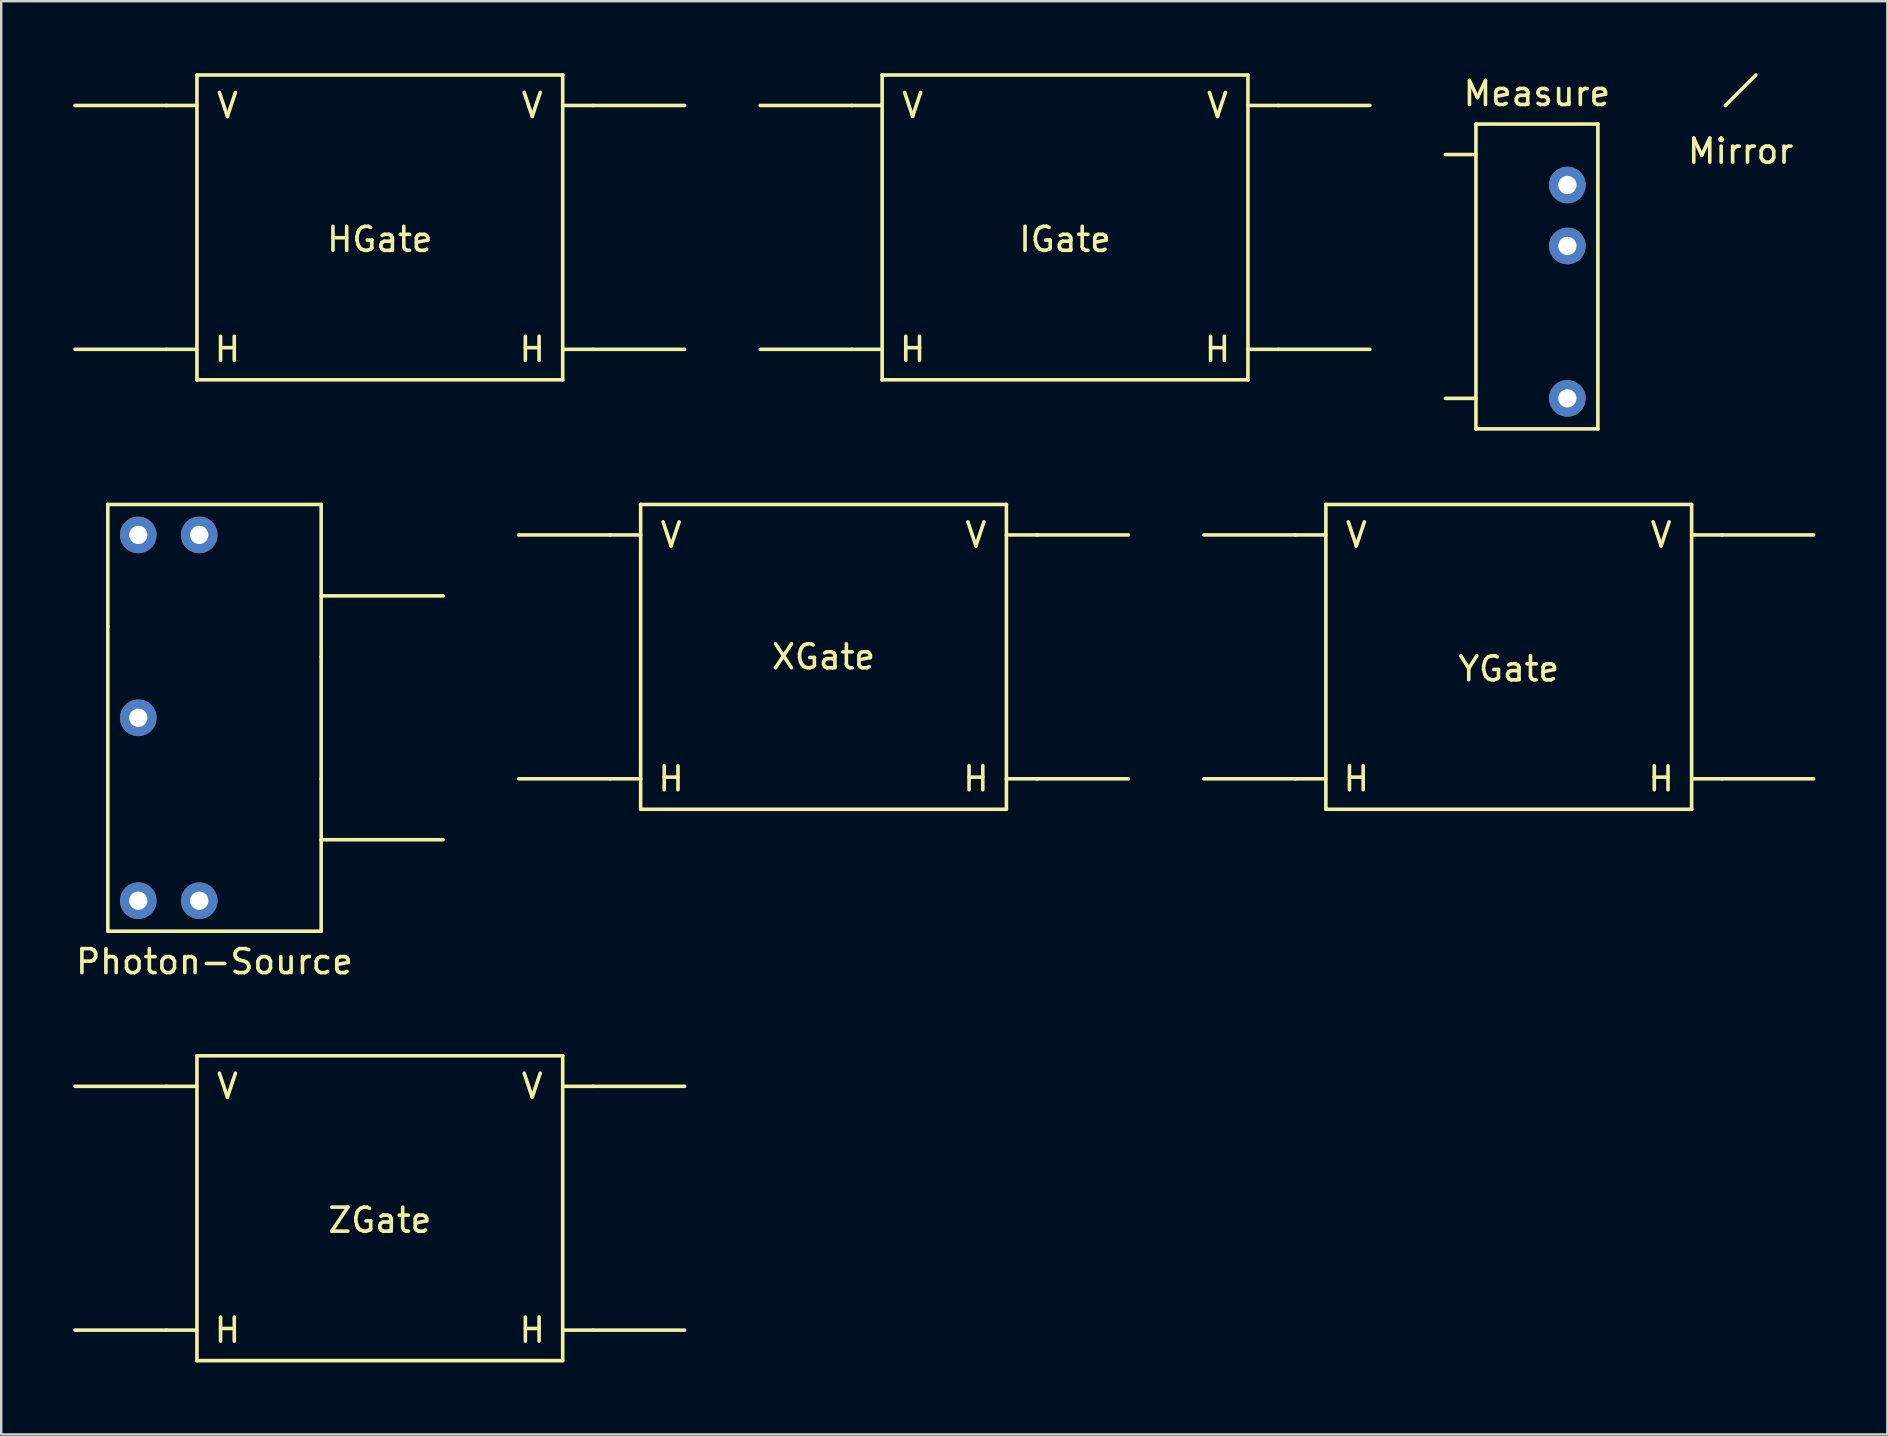
<source format=kicad_pcb>
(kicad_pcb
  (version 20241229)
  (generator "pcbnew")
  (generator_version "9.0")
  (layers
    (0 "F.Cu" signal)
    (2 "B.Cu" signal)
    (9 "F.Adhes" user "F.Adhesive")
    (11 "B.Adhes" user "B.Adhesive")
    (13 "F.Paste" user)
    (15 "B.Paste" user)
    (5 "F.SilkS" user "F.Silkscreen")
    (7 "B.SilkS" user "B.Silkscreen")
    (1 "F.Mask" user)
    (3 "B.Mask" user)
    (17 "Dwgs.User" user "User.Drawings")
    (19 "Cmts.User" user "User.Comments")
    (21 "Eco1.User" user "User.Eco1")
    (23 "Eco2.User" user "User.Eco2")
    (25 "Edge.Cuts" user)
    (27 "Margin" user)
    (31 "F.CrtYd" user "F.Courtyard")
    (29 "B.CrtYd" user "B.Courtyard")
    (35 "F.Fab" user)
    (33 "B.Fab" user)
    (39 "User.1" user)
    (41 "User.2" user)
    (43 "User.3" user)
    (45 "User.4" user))
  (footprint "IGate"
    (layer "F.Cu")
    (at 41.325 6.425)
    (property "Reference" "IGate" (at 0 0.5 0) (layer "F.SilkS") (effects (font (size 1 1) (thickness 0.15))))
    (attr through_hole)
    (fp_line (start -8.89 -5.08) (end -12.7 -5.08) (stroke (width 0.15) (type solid)) (layer "F.SilkS"))
    (fp_line (start -8.89 5.08) (end -12.7 5.08) (stroke (width 0.15) (type solid)) (layer "F.SilkS"))
    (fp_line (start -7.62 -6.35) (end 7.62 -6.35) (stroke (width 0.15) (type solid)) (layer "F.SilkS"))
    (fp_line (start -7.62 -5.08) (end -8.89 -5.08) (stroke (width 0.15) (type solid)) (layer "F.SilkS"))
    (fp_line (start -7.62 5.08) (end -8.89 5.08) (stroke (width 0.15) (type solid)) (layer "F.SilkS"))
    (fp_line (start -7.62 6.35) (end -7.62 -6.35) (stroke (width 0.15) (type solid)) (layer "F.SilkS"))
    (fp_line (start 7.62 -6.35) (end 7.62 6.35) (stroke (width 0.15) (type solid)) (layer "F.SilkS"))
    (fp_line (start 7.62 -5.08) (end 8.89 -5.08) (stroke (width 0.15) (type solid)) (layer "F.SilkS"))
    (fp_line (start 7.62 5.08) (end 8.89 5.08) (stroke (width 0.15) (type solid)) (layer "F.SilkS"))
    (fp_line (start 7.62 6.35) (end -7.62 6.35) (stroke (width 0.15) (type solid)) (layer "F.SilkS"))
    (fp_line (start 8.89 -5.08) (end 12.7 -5.08) (stroke (width 0.15) (type solid)) (layer "F.SilkS"))
    (fp_line (start 8.89 5.08) (end 12.7 5.08) (stroke (width 0.15) (type solid)) (layer "F.SilkS"))
    (fp_text user "H" (at 6.35 5.08 0) (layer "F.SilkS") (effects (font (size 1 1) (thickness 0.15))))
    (fp_text user "V" (at 6.35 -5.08 0) (layer "F.SilkS") (effects (font (size 1 1) (thickness 0.15))))
    (fp_text user "H" (at -6.35 5.08 0) (layer "F.SilkS") (effects (font (size 1 1) (thickness 0.15))))
    (fp_text user "V" (at -6.35 -5.08 0) (layer "F.SilkS") (effects (font (size 1 1) (thickness 0.15)))))
  (footprint "Mirror"
    (layer "F.Cu")
    (at 69.473 0.71)
    (property "Reference" "Mirror" (at 0 2.54 0) (layer "F.SilkS") (effects (font (size 1 1) (thickness 0.15))))
    (attr through_hole)
    (fp_line (start -0.635 0.635) (end 0.635 -0.635) (stroke (width 0.15) (type solid)) (layer "F.SilkS")))
  (footprint "Measure"
    (layer "F.Cu")
    (at 60.985 8.468)
    (property "Reference" "Measure" (at 0 -7.62 0) (layer "F.SilkS") (effects (font (size 1 1) (thickness 0.15))))
    (attr through_hole)
    (fp_line (start -2.54 -6.35) (end -2.54 6.35) (stroke (width 0.15) (type solid)) (layer "F.SilkS"))
    (fp_line (start -2.54 -6.35) (end 2.54 -6.35) (stroke (width 0.15) (type solid)) (layer "F.SilkS"))
    (fp_line (start -2.54 -5.08) (end -3.81 -5.08) (stroke (width 0.15) (type solid)) (layer "F.SilkS"))
    (fp_line (start -2.54 5.08) (end -3.81 5.08) (stroke (width 0.15) (type solid)) (layer "F.SilkS"))
    (fp_line (start 2.54 -6.35) (end 2.54 6.35) (stroke (width 0.15) (type solid)) (layer "F.SilkS"))
    (fp_line (start 2.54 6.35) (end -2.54 6.35) (stroke (width 0.15) (type solid)) (layer "F.SilkS"))
    (pad "1" thru_hole circle (at 1.27 -3.81) (size 1.524 1.524) (drill 0.762) (layers "*.Cu" "*.Mask"))
    (pad "2" thru_hole circle (at 1.27 -1.27) (size 1.524 1.524) (drill 0.762) (layers "*.Cu" "*.Mask"))
    (pad "3" thru_hole circle (at 1.27 5.08) (size 1.524 1.524) (drill 0.762) (layers "*.Cu" "*.Mask")))
  (footprint "HGate"
    (layer "F.Cu")
    (at 12.775 6.425)
    (property "Reference" "HGate" (at 0 0.5 0) (layer "F.SilkS") (effects (font (size 1 1) (thickness 0.15))))
    (attr through_hole)
    (fp_line (start -8.89 -5.08) (end -12.7 -5.08) (stroke (width 0.15) (type solid)) (layer "F.SilkS"))
    (fp_line (start -8.89 5.08) (end -12.7 5.08) (stroke (width 0.15) (type solid)) (layer "F.SilkS"))
    (fp_line (start -7.62 -6.35) (end 7.62 -6.35) (stroke (width 0.15) (type solid)) (layer "F.SilkS"))
    (fp_line (start -7.62 -5.08) (end -8.89 -5.08) (stroke (width 0.15) (type solid)) (layer "F.SilkS"))
    (fp_line (start -7.62 5.08) (end -8.89 5.08) (stroke (width 0.15) (type solid)) (layer "F.SilkS"))
    (fp_line (start -7.62 6.35) (end -7.62 -6.35) (stroke (width 0.15) (type solid)) (layer "F.SilkS"))
    (fp_line (start 7.62 -6.35) (end 7.62 6.35) (stroke (width 0.15) (type solid)) (layer "F.SilkS"))
    (fp_line (start 7.62 -5.08) (end 8.89 -5.08) (stroke (width 0.15) (type solid)) (layer "F.SilkS"))
    (fp_line (start 7.62 5.08) (end 8.89 5.08) (stroke (width 0.15) (type solid)) (layer "F.SilkS"))
    (fp_line (start 7.62 6.35) (end -7.62 6.35) (stroke (width 0.15) (type solid)) (layer "F.SilkS"))
    (fp_line (start 8.89 -5.08) (end 12.7 -5.08) (stroke (width 0.15) (type solid)) (layer "F.SilkS"))
    (fp_line (start 8.89 5.08) (end 12.7 5.08) (stroke (width 0.15) (type solid)) (layer "F.SilkS"))
    (fp_text user "H" (at 6.35 5.08 0) (layer "F.SilkS") (effects (font (size 1 1) (thickness 0.15))))
    (fp_text user "V" (at -6.35 -5.08 0) (layer "F.SilkS") (effects (font (size 1 1) (thickness 0.15))))
    (fp_text user "V" (at 6.35 -5.08 0) (layer "F.SilkS") (effects (font (size 1 1) (thickness 0.15))))
    (fp_text user "H" (at -6.35 5.08 0) (layer "F.SilkS") (effects (font (size 1 1) (thickness 0.15)))))
  (footprint "YGate"
    (layer "F.Cu")
    (at 59.812 24.318)
    (property "Reference" "YGate" (at 0 0.5 0) (layer "F.SilkS") (effects (font (size 1 1) (thickness 0.15))))
    (attr through_hole)
    (fp_line (start -8.89 -5.08) (end -12.7 -5.08) (stroke (width 0.15) (type solid)) (layer "F.SilkS"))
    (fp_line (start -8.89 5.08) (end -12.7 5.08) (stroke (width 0.15) (type solid)) (layer "F.SilkS"))
    (fp_line (start -7.62 -6.35) (end 7.62 -6.35) (stroke (width 0.15) (type solid)) (layer "F.SilkS"))
    (fp_line (start -7.62 -5.08) (end -8.89 -5.08) (stroke (width 0.15) (type solid)) (layer "F.SilkS"))
    (fp_line (start -7.62 5.08) (end -8.89 5.08) (stroke (width 0.15) (type solid)) (layer "F.SilkS"))
    (fp_line (start -7.62 6.35) (end -7.62 -6.35) (stroke (width 0.15) (type solid)) (layer "F.SilkS"))
    (fp_line (start 7.62 -6.35) (end 7.62 6.35) (stroke (width 0.15) (type solid)) (layer "F.SilkS"))
    (fp_line (start 7.62 -5.08) (end 8.89 -5.08) (stroke (width 0.15) (type solid)) (layer "F.SilkS"))
    (fp_line (start 7.62 5.08) (end 8.89 5.08) (stroke (width 0.15) (type solid)) (layer "F.SilkS"))
    (fp_line (start 7.62 6.35) (end -7.62 6.35) (stroke (width 0.15) (type solid)) (layer "F.SilkS"))
    (fp_line (start 8.89 -5.08) (end 12.7 -5.08) (stroke (width 0.15) (type solid)) (layer "F.SilkS"))
    (fp_line (start 8.89 5.08) (end 12.7 5.08) (stroke (width 0.15) (type solid)) (layer "F.SilkS"))
    (fp_text user "V" (at -6.35 -5.08 0) (layer "F.SilkS") (effects (font (size 1 1) (thickness 0.15))))
    (fp_text user "H" (at 6.35 5.08 0) (layer "F.SilkS") (effects (font (size 1 1) (thickness 0.15))))
    (fp_text user "H" (at -6.35 5.08 0) (layer "F.SilkS") (effects (font (size 1 1) (thickness 0.15))))
    (fp_text user "V" (at 6.35 -5.08 0) (layer "F.SilkS") (effects (font (size 1 1) (thickness 0.15)))))
  (footprint "ZGate"
    (layer "F.Cu")
    (at 12.775 47.291)
    (property "Reference" "ZGate" (at 0 0.5 0) (layer "F.SilkS") (effects (font (size 1 1) (thickness 0.15))))
    (attr through_hole)
    (fp_line (start -8.89 -5.08) (end -12.7 -5.08) (stroke (width 0.15) (type solid)) (layer "F.SilkS"))
    (fp_line (start -8.89 5.08) (end -12.7 5.08) (stroke (width 0.15) (type solid)) (layer "F.SilkS"))
    (fp_line (start -7.62 -6.35) (end 7.62 -6.35) (stroke (width 0.15) (type solid)) (layer "F.SilkS"))
    (fp_line (start -7.62 -5.08) (end -8.89 -5.08) (stroke (width 0.15) (type solid)) (layer "F.SilkS"))
    (fp_line (start -7.62 5.08) (end -8.89 5.08) (stroke (width 0.15) (type solid)) (layer "F.SilkS"))
    (fp_line (start -7.62 6.35) (end -7.62 -6.35) (stroke (width 0.15) (type solid)) (layer "F.SilkS"))
    (fp_line (start 7.62 -6.35) (end 7.62 6.35) (stroke (width 0.15) (type solid)) (layer "F.SilkS"))
    (fp_line (start 7.62 -5.08) (end 8.89 -5.08) (stroke (width 0.15) (type solid)) (layer "F.SilkS"))
    (fp_line (start 7.62 5.08) (end 8.89 5.08) (stroke (width 0.15) (type solid)) (layer "F.SilkS"))
    (fp_line (start 7.62 6.35) (end -7.62 6.35) (stroke (width 0.15) (type solid)) (layer "F.SilkS"))
    (fp_line (start 8.89 -5.08) (end 12.7 -5.08) (stroke (width 0.15) (type solid)) (layer "F.SilkS"))
    (fp_line (start 8.89 5.08) (end 12.7 5.08) (stroke (width 0.15) (type solid)) (layer "F.SilkS"))
    (fp_text user "V" (at 6.35 -5.08 0) (layer "F.SilkS") (effects (font (size 1 1) (thickness 0.15))))
    (fp_text user "H" (at -6.35 5.08 0) (layer "F.SilkS") (effects (font (size 1 1) (thickness 0.15))))
    (fp_text user "H" (at 6.35 5.08 0) (layer "F.SilkS") (effects (font (size 1 1) (thickness 0.15))))
    (fp_text user "V" (at -6.35 -5.08 0) (layer "F.SilkS") (effects (font (size 1 1) (thickness 0.15)))))
  (footprint "XGate"
    (layer "F.Cu")
    (at 31.262 24.318)
    (property "Reference" "XGate" (at 0 0 0) (layer "F.SilkS") (effects (font (size 1 1) (thickness 0.15))))
    (attr through_hole)
    (fp_line (start -8.89 -5.08) (end -12.7 -5.08) (stroke (width 0.15) (type solid)) (layer "F.SilkS"))
    (fp_line (start -8.89 5.08) (end -12.7 5.08) (stroke (width 0.15) (type solid)) (layer "F.SilkS"))
    (fp_line (start -7.62 -6.35) (end 7.62 -6.35) (stroke (width 0.15) (type solid)) (layer "F.SilkS"))
    (fp_line (start -7.62 -5.08) (end -8.89 -5.08) (stroke (width 0.15) (type solid)) (layer "F.SilkS"))
    (fp_line (start -7.62 5.08) (end -8.89 5.08) (stroke (width 0.15) (type solid)) (layer "F.SilkS"))
    (fp_line (start -7.62 6.35) (end -7.62 -6.35) (stroke (width 0.15) (type solid)) (layer "F.SilkS"))
    (fp_line (start 7.62 -6.35) (end 7.62 6.35) (stroke (width 0.15) (type solid)) (layer "F.SilkS"))
    (fp_line (start 7.62 -5.08) (end 8.89 -5.08) (stroke (width 0.15) (type solid)) (layer "F.SilkS"))
    (fp_line (start 7.62 5.08) (end 8.89 5.08) (stroke (width 0.15) (type solid)) (layer "F.SilkS"))
    (fp_line (start 7.62 6.35) (end -7.62 6.35) (stroke (width 0.15) (type solid)) (layer "F.SilkS"))
    (fp_line (start 8.89 -5.08) (end 12.7 -5.08) (stroke (width 0.15) (type solid)) (layer "F.SilkS"))
    (fp_line (start 8.89 5.08) (end 12.7 5.08) (stroke (width 0.15) (type solid)) (layer "F.SilkS"))
    (fp_text user "V" (at -6.35 -5.08 0) (layer "F.SilkS") (effects (font (size 1 1) (thickness 0.15))))
    (fp_text user "H" (at 6.35 5.08 0) (layer "F.SilkS") (effects (font (size 1 1) (thickness 0.15))))
    (fp_text user "H" (at -6.35 5.08 0) (layer "F.SilkS") (effects (font (size 1 1) (thickness 0.15))))
    (fp_text user "V" (at 6.35 -5.08 0) (layer "F.SilkS") (effects (font (size 1 1) (thickness 0.15)))))
  (footprint "Photon-Source"
    (layer "F.Cu")
    (at 5.887 26.858)
    (property "Reference" "Photon-Source" (at 0 10.16 0) (layer "F.SilkS") (effects (font (size 1 1) (thickness 0.15))))
    (attr through_hole)
    (fp_line (start -4.445 -8.89) (end 4.445 -8.89) (stroke (width 0.15) (type solid)) (layer "F.SilkS"))
    (fp_line (start -4.445 -3.81) (end -4.445 -8.89) (stroke (width 0.15) (type solid)) (layer "F.SilkS"))
    (fp_line (start -4.445 -3.81) (end -4.445 8.89) (stroke (width 0.15) (type solid)) (layer "F.SilkS"))
    (fp_line (start -4.445 8.89) (end 4.445 8.89) (stroke (width 0.15) (type solid)) (layer "F.SilkS"))
    (fp_line (start 4.445 -5.08) (end 9.525 -5.08) (stroke (width 0.15) (type solid)) (layer "F.SilkS"))
    (fp_line (start 4.445 -2.54) (end 4.445 -8.89) (stroke (width 0.15) (type solid)) (layer "F.SilkS"))
    (fp_line (start 4.445 -2.54) (end 4.445 2.54) (stroke (width 0.15) (type solid)) (layer "F.SilkS"))
    (fp_line (start 4.445 8.89) (end 4.445 2.54) (stroke (width 0.15) (type solid)) (layer "F.SilkS"))
    (fp_line (start 9.525 5.08) (end 4.445 5.08) (stroke (width 0.15) (type solid)) (layer "F.SilkS"))
    (pad "1" thru_hole circle (at -3.175 0) (size 1.524 1.524) (drill 0.762) (layers "*.Cu" "*.Mask"))
    (pad "2" thru_hole circle (at -3.175 7.62) (size 1.524 1.524) (drill 0.762) (layers "*.Cu" "*.Mask"))
    (pad "3" thru_hole circle (at -0.635 7.62) (size 1.524 1.524) (drill 0.762) (layers "*.Cu" "*.Mask"))
    (pad "4" thru_hole circle (at -0.635 -7.62) (size 1.524 1.524) (drill 0.762) (layers "*.Cu" "*.Mask"))
    (pad "5" thru_hole circle (at -3.175 -7.62) (size 1.524 1.524) (drill 0.762) (layers "*.Cu" "*.Mask")))
  (gr_rect
    (start -3 -3)
    (end 75.587 56.717)
    (stroke (width 0.1) (type default))
    (fill no)
    (layer "Edge.Cuts")))
</source>
